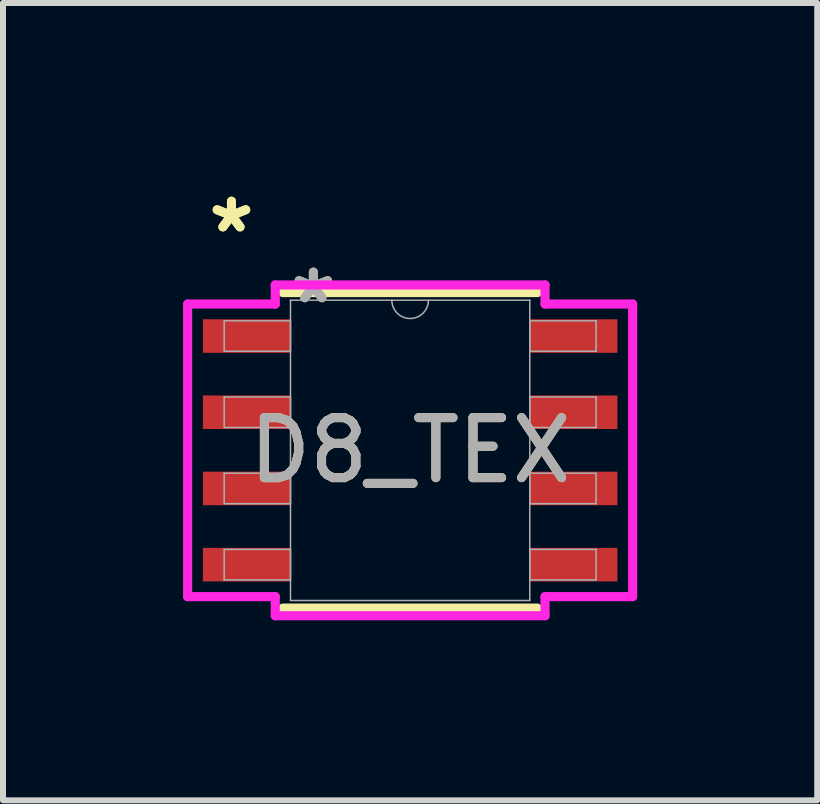
<source format=kicad_pcb>
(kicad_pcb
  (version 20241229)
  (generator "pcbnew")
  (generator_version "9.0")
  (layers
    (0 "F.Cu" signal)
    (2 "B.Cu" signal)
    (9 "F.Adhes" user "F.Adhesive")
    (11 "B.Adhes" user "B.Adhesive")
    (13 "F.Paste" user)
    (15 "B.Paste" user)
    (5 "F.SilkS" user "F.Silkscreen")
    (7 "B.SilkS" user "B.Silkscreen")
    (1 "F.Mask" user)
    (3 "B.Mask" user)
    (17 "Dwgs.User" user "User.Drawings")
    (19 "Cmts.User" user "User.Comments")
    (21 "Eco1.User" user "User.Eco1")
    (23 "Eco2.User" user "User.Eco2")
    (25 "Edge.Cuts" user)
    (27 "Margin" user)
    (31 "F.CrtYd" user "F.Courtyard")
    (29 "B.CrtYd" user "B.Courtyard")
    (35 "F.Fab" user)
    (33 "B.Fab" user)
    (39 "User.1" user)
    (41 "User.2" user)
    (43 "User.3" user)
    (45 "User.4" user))
  (footprint "D8_TEX"
    (layer "F.Cu")
    (at 3.785 4.455)
    (property "Reference" "D8_TEX" (at 0 0 0) (unlocked yes) (layer "F.SilkS") (effects (font (size 1 1) (thickness 0.15))))
    (attr smd)
    (fp_line (start -2.121 2.629) (end 2.121 2.629) (stroke (width 0.152) (type solid)) (layer "F.SilkS"))
    (fp_line (start 2.121 -2.629) (end -2.121 -2.629) (stroke (width 0.152) (type solid)) (layer "F.SilkS"))
    (fp_line (start -3.708 -2.438) (end -2.248 -2.438) (stroke (width 0.152) (type solid)) (layer "F.CrtYd"))
    (fp_line (start -3.708 2.438) (end -3.708 -2.438) (stroke (width 0.152) (type solid)) (layer "F.CrtYd"))
    (fp_line (start -3.708 2.438) (end -2.248 2.438) (stroke (width 0.152) (type solid)) (layer "F.CrtYd"))
    (fp_line (start -2.248 -2.756) (end 2.248 -2.756) (stroke (width 0.152) (type solid)) (layer "F.CrtYd"))
    (fp_line (start -2.248 -2.438) (end -2.248 -2.756) (stroke (width 0.152) (type solid)) (layer "F.CrtYd"))
    (fp_line (start -2.248 2.756) (end -2.248 2.438) (stroke (width 0.152) (type solid)) (layer "F.CrtYd"))
    (fp_line (start 2.248 -2.756) (end 2.248 -2.438) (stroke (width 0.152) (type solid)) (layer "F.CrtYd"))
    (fp_line (start 2.248 2.438) (end 2.248 2.756) (stroke (width 0.152) (type solid)) (layer "F.CrtYd"))
    (fp_line (start 2.248 2.756) (end -2.248 2.756) (stroke (width 0.152) (type solid)) (layer "F.CrtYd"))
    (fp_line (start 3.708 -2.438) (end 2.248 -2.438) (stroke (width 0.152) (type solid)) (layer "F.CrtYd"))
    (fp_line (start 3.708 -2.438) (end 3.708 2.438) (stroke (width 0.152) (type solid)) (layer "F.CrtYd"))
    (fp_line (start 3.708 2.438) (end 2.248 2.438) (stroke (width 0.152) (type solid)) (layer "F.CrtYd"))
    (fp_line (start -3.099 -2.159) (end -3.099 -1.651) (stroke (width 0.025) (type solid)) (layer "F.Fab"))
    (fp_line (start -3.099 -1.651) (end -1.994 -1.651) (stroke (width 0.025) (type solid)) (layer "F.Fab"))
    (fp_line (start -3.099 -0.889) (end -3.099 -0.381) (stroke (width 0.025) (type solid)) (layer "F.Fab"))
    (fp_line (start -3.099 -0.381) (end -1.994 -0.381) (stroke (width 0.025) (type solid)) (layer "F.Fab"))
    (fp_line (start -3.099 0.381) (end -3.099 0.889) (stroke (width 0.025) (type solid)) (layer "F.Fab"))
    (fp_line (start -3.099 0.889) (end -1.994 0.889) (stroke (width 0.025) (type solid)) (layer "F.Fab"))
    (fp_line (start -3.099 1.651) (end -3.099 2.159) (stroke (width 0.025) (type solid)) (layer "F.Fab"))
    (fp_line (start -3.099 2.159) (end -1.994 2.159) (stroke (width 0.025) (type solid)) (layer "F.Fab"))
    (fp_line (start -1.994 -2.502) (end -1.994 2.502) (stroke (width 0.025) (type solid)) (layer "F.Fab"))
    (fp_line (start -1.994 -2.159) (end -3.099 -2.159) (stroke (width 0.025) (type solid)) (layer "F.Fab"))
    (fp_line (start -1.994 -1.651) (end -1.994 -2.159) (stroke (width 0.025) (type solid)) (layer "F.Fab"))
    (fp_line (start -1.994 -0.889) (end -3.099 -0.889) (stroke (width 0.025) (type solid)) (layer "F.Fab"))
    (fp_line (start -1.994 -0.381) (end -1.994 -0.889) (stroke (width 0.025) (type solid)) (layer "F.Fab"))
    (fp_line (start -1.994 0.381) (end -3.099 0.381) (stroke (width 0.025) (type solid)) (layer "F.Fab"))
    (fp_line (start -1.994 0.889) (end -1.994 0.381) (stroke (width 0.025) (type solid)) (layer "F.Fab"))
    (fp_line (start -1.994 1.651) (end -3.099 1.651) (stroke (width 0.025) (type solid)) (layer "F.Fab"))
    (fp_line (start -1.994 2.159) (end -1.994 1.651) (stroke (width 0.025) (type solid)) (layer "F.Fab"))
    (fp_line (start -1.994 2.502) (end 1.994 2.502) (stroke (width 0.025) (type solid)) (layer "F.Fab"))
    (fp_line (start 1.994 -2.502) (end -1.994 -2.502) (stroke (width 0.025) (type solid)) (layer "F.Fab"))
    (fp_line (start 1.994 -2.159) (end 1.994 -1.651) (stroke (width 0.025) (type solid)) (layer "F.Fab"))
    (fp_line (start 1.994 -1.651) (end 3.099 -1.651) (stroke (width 0.025) (type solid)) (layer "F.Fab"))
    (fp_line (start 1.994 -0.889) (end 1.994 -0.381) (stroke (width 0.025) (type solid)) (layer "F.Fab"))
    (fp_line (start 1.994 -0.381) (end 3.099 -0.381) (stroke (width 0.025) (type solid)) (layer "F.Fab"))
    (fp_line (start 1.994 0.381) (end 1.994 0.889) (stroke (width 0.025) (type solid)) (layer "F.Fab"))
    (fp_line (start 1.994 0.889) (end 3.099 0.889) (stroke (width 0.025) (type solid)) (layer "F.Fab"))
    (fp_line (start 1.994 1.651) (end 1.994 2.159) (stroke (width 0.025) (type solid)) (layer "F.Fab"))
    (fp_line (start 1.994 2.159) (end 3.099 2.159) (stroke (width 0.025) (type solid)) (layer "F.Fab"))
    (fp_line (start 1.994 2.502) (end 1.994 -2.502) (stroke (width 0.025) (type solid)) (layer "F.Fab"))
    (fp_line (start 3.099 -2.159) (end 1.994 -2.159) (stroke (width 0.025) (type solid)) (layer "F.Fab"))
    (fp_line (start 3.099 -1.651) (end 3.099 -2.159) (stroke (width 0.025) (type solid)) (layer "F.Fab"))
    (fp_line (start 3.099 -0.889) (end 1.994 -0.889) (stroke (width 0.025) (type solid)) (layer "F.Fab"))
    (fp_line (start 3.099 -0.381) (end 3.099 -0.889) (stroke (width 0.025) (type solid)) (layer "F.Fab"))
    (fp_line (start 3.099 0.381) (end 1.994 0.381) (stroke (width 0.025) (type solid)) (layer "F.Fab"))
    (fp_line (start 3.099 0.889) (end 3.099 0.381) (stroke (width 0.025) (type solid)) (layer "F.Fab"))
    (fp_line (start 3.099 1.651) (end 1.994 1.651) (stroke (width 0.025) (type solid)) (layer "F.Fab"))
    (fp_line (start 3.099 2.159) (end 3.099 1.651) (stroke (width 0.025) (type solid)) (layer "F.Fab"))
    (fp_arc (start 0.3048 -2.5019) (mid 0 -2.1971) (end -0.3048 -2.5019) (stroke (width 0.0254) (type solid)) (layer "F.Fab"))
    (fp_text user "*" (at -2.978 -3.607 0) (layer "F.SilkS") (effects (font (size 1 1) (thickness 0.15))))
    (fp_text user "*" (at -2.978 -3.607 0) (unlocked yes) (layer "F.SilkS") (effects (font (size 1 1) (thickness 0.15))))
    (fp_text user "*" (at -1.613 -2.426 0) (layer "F.Fab") (effects (font (size 1 1) (thickness 0.15))))
    (fp_text user "${REFERENCE}" (at 0 0 0) (unlocked yes) (layer "F.Fab") (effects (font (size 1 1) (thickness 0.15))))
    (fp_text user "*" (at -1.613 -2.426 0) (unlocked yes) (layer "F.Fab") (effects (font (size 1 1) (thickness 0.15))))
    (pad "1" smd rect (at -2.724 -1.905) (size 1.46 0.559) (layers "F.Cu" "F.Mask" "F.Paste"))
    (pad "2" smd rect (at -2.724 -0.635) (size 1.46 0.559) (layers "F.Cu" "F.Mask" "F.Paste"))
    (pad "3" smd rect (at -2.724 0.635) (size 1.46 0.559) (layers "F.Cu" "F.Mask" "F.Paste"))
    (pad "4" smd rect (at -2.724 1.905) (size 1.46 0.559) (layers "F.Cu" "F.Mask" "F.Paste"))
    (pad "5" smd rect (at 2.724 1.905) (size 1.46 0.559) (layers "F.Cu" "F.Mask" "F.Paste"))
    (pad "6" smd rect (at 2.724 0.635) (size 1.46 0.559) (layers "F.Cu" "F.Mask" "F.Paste"))
    (pad "7" smd rect (at 2.724 -0.635) (size 1.46 0.559) (layers "F.Cu" "F.Mask" "F.Paste"))
    (pad "8" smd rect (at 2.724 -1.905) (size 1.46 0.559) (layers "F.Cu" "F.Mask" "F.Paste")))
  (gr_rect
    (start -3 -3)
    (end 10.569 10.287)
    (stroke (width 0.1) (type default))
    (fill no)
    (layer "Edge.Cuts")))
</source>
